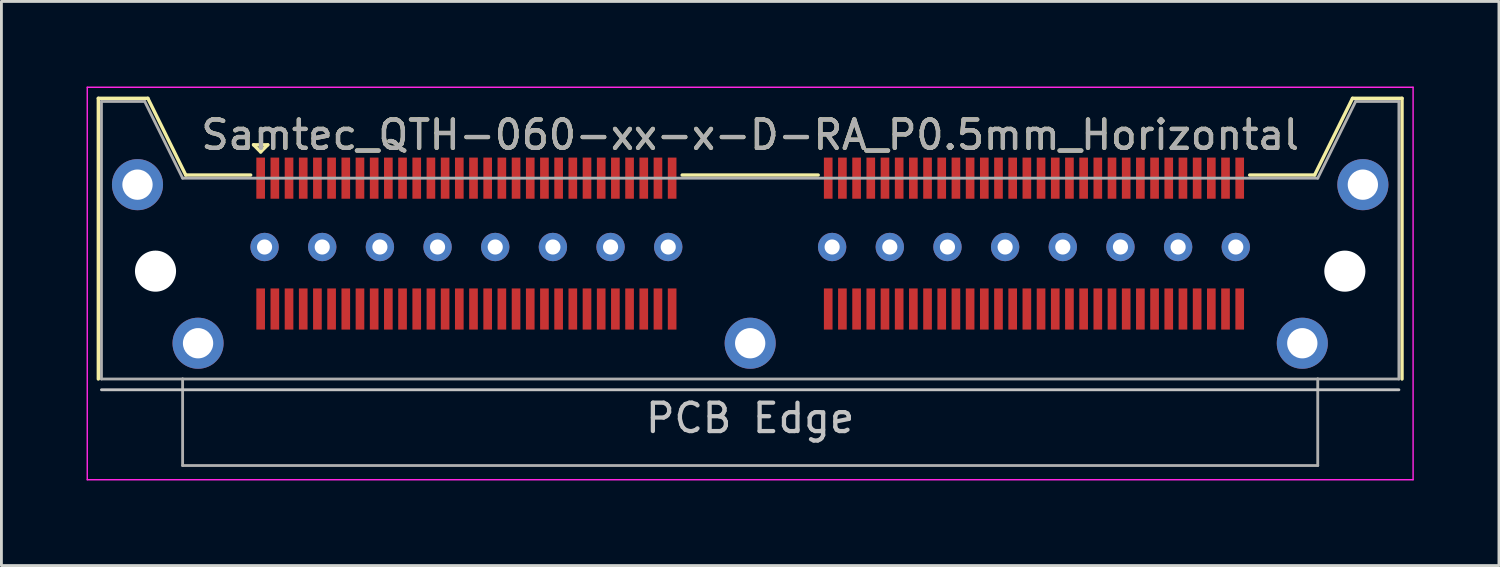
<source format=kicad_pcb>
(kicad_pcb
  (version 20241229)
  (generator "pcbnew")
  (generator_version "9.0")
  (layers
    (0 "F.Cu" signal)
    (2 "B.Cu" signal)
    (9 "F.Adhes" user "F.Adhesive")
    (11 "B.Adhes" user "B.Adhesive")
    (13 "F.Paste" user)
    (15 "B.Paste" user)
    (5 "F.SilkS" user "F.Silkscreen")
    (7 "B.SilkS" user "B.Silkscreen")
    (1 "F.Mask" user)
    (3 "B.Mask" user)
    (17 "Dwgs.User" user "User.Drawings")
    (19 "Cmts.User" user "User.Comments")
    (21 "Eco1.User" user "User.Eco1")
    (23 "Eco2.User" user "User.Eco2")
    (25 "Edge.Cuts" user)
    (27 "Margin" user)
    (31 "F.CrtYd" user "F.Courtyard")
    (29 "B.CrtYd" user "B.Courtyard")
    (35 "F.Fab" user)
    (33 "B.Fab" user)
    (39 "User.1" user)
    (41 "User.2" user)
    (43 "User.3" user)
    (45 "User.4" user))
  (footprint "Samtec_QTH-060-xx-x-D-RA_P0.5mm_Horizontal"
    (layer "F.Cu")
    (at 23.385 6.505)
    (property "Reference" "Samtec_QTH-060-xx-x-D-RA_P0.5mm_Horizontal" (at 0 -4.8 0) (layer "F.SilkS") (effects (font (size 1 1) (thickness 0.15))))
    (attr smd)
    (fp_line (start -22.97 -6.09) (end -22.97 3.8) (stroke (width 0.12) (type solid)) (layer "F.SilkS"))
    (fp_line (start -21.225 -6.09) (end -22.97 -6.09) (stroke (width 0.12) (type solid)) (layer "F.SilkS"))
    (fp_line (start -19.89 -3.387) (end -21.225 -6.09) (stroke (width 0.12) (type solid)) (layer "F.SilkS"))
    (fp_line (start -19.89 -3.387) (end -17.602 -3.387) (stroke (width 0.12) (type solid)) (layer "F.SilkS"))
    (fp_line (start -17.5 -4.452) (end -17 -4.452) (stroke (width 0.12) (type solid)) (layer "F.SilkS"))
    (fp_line (start -17.25 -4.202) (end -17.5 -4.452) (stroke (width 0.12) (type solid)) (layer "F.SilkS"))
    (fp_line (start -17 -4.452) (end -17.25 -4.202) (stroke (width 0.12) (type solid)) (layer "F.SilkS"))
    (fp_line (start -2.397 -3.387) (end 2.397 -3.387) (stroke (width 0.12) (type solid)) (layer "F.SilkS"))
    (fp_line (start 19.89 -3.387) (end 17.602 -3.387) (stroke (width 0.12) (type solid)) (layer "F.SilkS"))
    (fp_line (start 19.89 -3.387) (end 21.225 -6.09) (stroke (width 0.12) (type solid)) (layer "F.SilkS"))
    (fp_line (start 21.225 -6.09) (end 22.97 -6.09) (stroke (width 0.12) (type solid)) (layer "F.SilkS"))
    (fp_line (start 22.97 -6.09) (end 22.97 3.8) (stroke (width 0.12) (type solid)) (layer "F.SilkS"))
    (fp_line (start -22.86 4.18) (end 22.86 4.18) (stroke (width 0.1) (type solid)) (layer "Dwgs.User"))
    (fp_line (start -23.36 -6.48) (end -23.36 7.35) (stroke (width 0.05) (type solid)) (layer "F.CrtYd"))
    (fp_line (start -23.36 7.35) (end 23.36 7.35) (stroke (width 0.05) (type solid)) (layer "F.CrtYd"))
    (fp_line (start 23.36 -6.48) (end -23.36 -6.48) (stroke (width 0.05) (type solid)) (layer "F.CrtYd"))
    (fp_line (start 23.36 7.35) (end 23.36 -6.48) (stroke (width 0.05) (type solid)) (layer "F.CrtYd"))
    (fp_line (start -22.86 -5.98) (end -22.86 3.8) (stroke (width 0.1) (type solid)) (layer "F.Fab"))
    (fp_line (start -22.86 3.8) (end -20 3.8) (stroke (width 0.1) (type solid)) (layer "F.Fab"))
    (fp_line (start -21.335 -5.98) (end -22.86 -5.98) (stroke (width 0.1) (type solid)) (layer "F.Fab"))
    (fp_line (start -20 -3.277) (end -21.335 -5.98) (stroke (width 0.1) (type solid)) (layer "F.Fab"))
    (fp_line (start -20 -3.277) (end 20 -3.277) (stroke (width 0.1) (type solid)) (layer "F.Fab"))
    (fp_line (start -20 3.8) (end -20 6.85) (stroke (width 0.1) (type solid)) (layer "F.Fab"))
    (fp_line (start -20 6.85) (end 20 6.85) (stroke (width 0.1) (type solid)) (layer "F.Fab"))
    (fp_line (start 20 -3.277) (end 21.335 -5.98) (stroke (width 0.1) (type solid)) (layer "F.Fab"))
    (fp_line (start 20 3.8) (end -20 3.8) (stroke (width 0.1) (type solid)) (layer "F.Fab"))
    (fp_line (start 20 6.85) (end 20 3.8) (stroke (width 0.1) (type solid)) (layer "F.Fab"))
    (fp_line (start 21.335 -5.98) (end 22.86 -5.98) (stroke (width 0.1) (type solid)) (layer "F.Fab"))
    (fp_line (start 22.86 -5.98) (end 22.86 3.8) (stroke (width 0.1) (type solid)) (layer "F.Fab"))
    (fp_line (start 22.86 3.8) (end 20 3.8) (stroke (width 0.1) (type solid)) (layer "F.Fab"))
    (fp_text user "PCB Edge" (at 0 5.18 0) (layer "Dwgs.User") (effects (font (size 1 1) (thickness 0.15))))
    (fp_text user "${REFERENCE}" (at 0 -4.8 0) (layer "F.Fab") (effects (font (size 1 1) (thickness 0.15))))
    (pad "" np_thru_hole circle (at -20.955 0) (size 1.448 1.448) (drill 1.448) (layers "*.Cu" "*.Mask"))
    (pad "" np_thru_hole circle (at 20.955 0) (size 1.448 1.448) (drill 1.448) (layers "*.Cu" "*.Mask"))
    (pad "1" smd rect (at -17.25 -3.277) (size 0.305 1.45) (layers "F.Cu" "F.Mask" "F.Paste"))
    (pad "2" smd rect (at -17.25 1.334) (size 0.305 1.45) (layers "F.Cu" "F.Mask" "F.Paste"))
    (pad "3" smd rect (at -16.75 -3.277) (size 0.305 1.45) (layers "F.Cu" "F.Mask" "F.Paste"))
    (pad "4" smd rect (at -16.75 1.334) (size 0.305 1.45) (layers "F.Cu" "F.Mask" "F.Paste"))
    (pad "5" smd rect (at -16.25 -3.277) (size 0.305 1.45) (layers "F.Cu" "F.Mask" "F.Paste"))
    (pad "6" smd rect (at -16.25 1.334) (size 0.305 1.45) (layers "F.Cu" "F.Mask" "F.Paste"))
    (pad "7" smd rect (at -15.75 -3.277) (size 0.305 1.45) (layers "F.Cu" "F.Mask" "F.Paste"))
    (pad "8" smd rect (at -15.75 1.334) (size 0.305 1.45) (layers "F.Cu" "F.Mask" "F.Paste"))
    (pad "9" smd rect (at -15.25 -3.277) (size 0.305 1.45) (layers "F.Cu" "F.Mask" "F.Paste"))
    (pad "10" smd rect (at -15.25 1.334) (size 0.305 1.45) (layers "F.Cu" "F.Mask" "F.Paste"))
    (pad "11" smd rect (at -14.75 -3.277) (size 0.305 1.45) (layers "F.Cu" "F.Mask" "F.Paste"))
    (pad "12" smd rect (at -14.75 1.334) (size 0.305 1.45) (layers "F.Cu" "F.Mask" "F.Paste"))
    (pad "13" smd rect (at -14.25 -3.277) (size 0.305 1.45) (layers "F.Cu" "F.Mask" "F.Paste"))
    (pad "14" smd rect (at -14.25 1.334) (size 0.305 1.45) (layers "F.Cu" "F.Mask" "F.Paste"))
    (pad "15" smd rect (at -13.75 -3.277) (size 0.305 1.45) (layers "F.Cu" "F.Mask" "F.Paste"))
    (pad "16" smd rect (at -13.75 1.334) (size 0.305 1.45) (layers "F.Cu" "F.Mask" "F.Paste"))
    (pad "17" smd rect (at -13.25 -3.277) (size 0.305 1.45) (layers "F.Cu" "F.Mask" "F.Paste"))
    (pad "18" smd rect (at -13.25 1.334) (size 0.305 1.45) (layers "F.Cu" "F.Mask" "F.Paste"))
    (pad "19" smd rect (at -12.75 -3.277) (size 0.305 1.45) (layers "F.Cu" "F.Mask" "F.Paste"))
    (pad "20" smd rect (at -12.75 1.334) (size 0.305 1.45) (layers "F.Cu" "F.Mask" "F.Paste"))
    (pad "21" smd rect (at -12.25 -3.277) (size 0.305 1.45) (layers "F.Cu" "F.Mask" "F.Paste"))
    (pad "22" smd rect (at -12.25 1.334) (size 0.305 1.45) (layers "F.Cu" "F.Mask" "F.Paste"))
    (pad "23" smd rect (at -11.75 -3.277) (size 0.305 1.45) (layers "F.Cu" "F.Mask" "F.Paste"))
    (pad "24" smd rect (at -11.75 1.334) (size 0.305 1.45) (layers "F.Cu" "F.Mask" "F.Paste"))
    (pad "25" smd rect (at -11.25 -3.277) (size 0.305 1.45) (layers "F.Cu" "F.Mask" "F.Paste"))
    (pad "26" smd rect (at -11.25 1.334) (size 0.305 1.45) (layers "F.Cu" "F.Mask" "F.Paste"))
    (pad "27" smd rect (at -10.75 -3.277) (size 0.305 1.45) (layers "F.Cu" "F.Mask" "F.Paste"))
    (pad "28" smd rect (at -10.75 1.334) (size 0.305 1.45) (layers "F.Cu" "F.Mask" "F.Paste"))
    (pad "29" smd rect (at -10.25 -3.277) (size 0.305 1.45) (layers "F.Cu" "F.Mask" "F.Paste"))
    (pad "30" smd rect (at -10.25 1.334) (size 0.305 1.45) (layers "F.Cu" "F.Mask" "F.Paste"))
    (pad "31" smd rect (at -9.75 -3.277) (size 0.305 1.45) (layers "F.Cu" "F.Mask" "F.Paste"))
    (pad "32" smd rect (at -9.75 1.334) (size 0.305 1.45) (layers "F.Cu" "F.Mask" "F.Paste"))
    (pad "33" smd rect (at -9.25 -3.277) (size 0.305 1.45) (layers "F.Cu" "F.Mask" "F.Paste"))
    (pad "34" smd rect (at -9.25 1.334) (size 0.305 1.45) (layers "F.Cu" "F.Mask" "F.Paste"))
    (pad "35" smd rect (at -8.75 -3.277) (size 0.305 1.45) (layers "F.Cu" "F.Mask" "F.Paste"))
    (pad "36" smd rect (at -8.75 1.334) (size 0.305 1.45) (layers "F.Cu" "F.Mask" "F.Paste"))
    (pad "37" smd rect (at -8.25 -3.277) (size 0.305 1.45) (layers "F.Cu" "F.Mask" "F.Paste"))
    (pad "38" smd rect (at -8.25 1.334) (size 0.305 1.45) (layers "F.Cu" "F.Mask" "F.Paste"))
    (pad "39" smd rect (at -7.75 -3.277) (size 0.305 1.45) (layers "F.Cu" "F.Mask" "F.Paste"))
    (pad "40" smd rect (at -7.75 1.334) (size 0.305 1.45) (layers "F.Cu" "F.Mask" "F.Paste"))
    (pad "41" smd rect (at -7.25 -3.277) (size 0.305 1.45) (layers "F.Cu" "F.Mask" "F.Paste"))
    (pad "42" smd rect (at -7.25 1.334) (size 0.305 1.45) (layers "F.Cu" "F.Mask" "F.Paste"))
    (pad "43" smd rect (at -6.75 -3.277) (size 0.305 1.45) (layers "F.Cu" "F.Mask" "F.Paste"))
    (pad "44" smd rect (at -6.75 1.334) (size 0.305 1.45) (layers "F.Cu" "F.Mask" "F.Paste"))
    (pad "45" smd rect (at -6.25 -3.277) (size 0.305 1.45) (layers "F.Cu" "F.Mask" "F.Paste"))
    (pad "46" smd rect (at -6.25 1.334) (size 0.305 1.45) (layers "F.Cu" "F.Mask" "F.Paste"))
    (pad "47" smd rect (at -5.75 -3.277) (size 0.305 1.45) (layers "F.Cu" "F.Mask" "F.Paste"))
    (pad "48" smd rect (at -5.75 1.334) (size 0.305 1.45) (layers "F.Cu" "F.Mask" "F.Paste"))
    (pad "49" smd rect (at -5.25 -3.277) (size 0.305 1.45) (layers "F.Cu" "F.Mask" "F.Paste"))
    (pad "50" smd rect (at -5.25 1.334) (size 0.305 1.45) (layers "F.Cu" "F.Mask" "F.Paste"))
    (pad "51" smd rect (at -4.75 -3.277) (size 0.305 1.45) (layers "F.Cu" "F.Mask" "F.Paste"))
    (pad "52" smd rect (at -4.75 1.334) (size 0.305 1.45) (layers "F.Cu" "F.Mask" "F.Paste"))
    (pad "53" smd rect (at -4.25 -3.277) (size 0.305 1.45) (layers "F.Cu" "F.Mask" "F.Paste"))
    (pad "54" smd rect (at -4.25 1.334) (size 0.305 1.45) (layers "F.Cu" "F.Mask" "F.Paste"))
    (pad "55" smd rect (at -3.75 -3.277) (size 0.305 1.45) (layers "F.Cu" "F.Mask" "F.Paste"))
    (pad "56" smd rect (at -3.75 1.334) (size 0.305 1.45) (layers "F.Cu" "F.Mask" "F.Paste"))
    (pad "57" smd rect (at -3.25 -3.277) (size 0.305 1.45) (layers "F.Cu" "F.Mask" "F.Paste"))
    (pad "58" smd rect (at -3.25 1.334) (size 0.305 1.45) (layers "F.Cu" "F.Mask" "F.Paste"))
    (pad "59" smd rect (at -2.75 -3.277) (size 0.305 1.45) (layers "F.Cu" "F.Mask" "F.Paste"))
    (pad "60" smd rect (at -2.75 1.334) (size 0.305 1.45) (layers "F.Cu" "F.Mask" "F.Paste"))
    (pad "61" smd rect (at 2.75 -3.277) (size 0.305 1.45) (layers "F.Cu" "F.Mask" "F.Paste"))
    (pad "62" smd rect (at 2.75 1.334) (size 0.305 1.45) (layers "F.Cu" "F.Mask" "F.Paste"))
    (pad "63" smd rect (at 3.25 -3.277) (size 0.305 1.45) (layers "F.Cu" "F.Mask" "F.Paste"))
    (pad "64" smd rect (at 3.25 1.334) (size 0.305 1.45) (layers "F.Cu" "F.Mask" "F.Paste"))
    (pad "65" smd rect (at 3.75 -3.277) (size 0.305 1.45) (layers "F.Cu" "F.Mask" "F.Paste"))
    (pad "66" smd rect (at 3.75 1.334) (size 0.305 1.45) (layers "F.Cu" "F.Mask" "F.Paste"))
    (pad "67" smd rect (at 4.25 -3.277) (size 0.305 1.45) (layers "F.Cu" "F.Mask" "F.Paste"))
    (pad "68" smd rect (at 4.25 1.334) (size 0.305 1.45) (layers "F.Cu" "F.Mask" "F.Paste"))
    (pad "69" smd rect (at 4.75 -3.277) (size 0.305 1.45) (layers "F.Cu" "F.Mask" "F.Paste"))
    (pad "70" smd rect (at 4.75 1.334) (size 0.305 1.45) (layers "F.Cu" "F.Mask" "F.Paste"))
    (pad "71" smd rect (at 5.25 -3.277) (size 0.305 1.45) (layers "F.Cu" "F.Mask" "F.Paste"))
    (pad "72" smd rect (at 5.25 1.334) (size 0.305 1.45) (layers "F.Cu" "F.Mask" "F.Paste"))
    (pad "73" smd rect (at 5.75 -3.277) (size 0.305 1.45) (layers "F.Cu" "F.Mask" "F.Paste"))
    (pad "74" smd rect (at 5.75 1.334) (size 0.305 1.45) (layers "F.Cu" "F.Mask" "F.Paste"))
    (pad "75" smd rect (at 6.25 -3.277) (size 0.305 1.45) (layers "F.Cu" "F.Mask" "F.Paste"))
    (pad "76" smd rect (at 6.25 1.334) (size 0.305 1.45) (layers "F.Cu" "F.Mask" "F.Paste"))
    (pad "77" smd rect (at 6.75 -3.277) (size 0.305 1.45) (layers "F.Cu" "F.Mask" "F.Paste"))
    (pad "78" smd rect (at 6.75 1.334) (size 0.305 1.45) (layers "F.Cu" "F.Mask" "F.Paste"))
    (pad "79" smd rect (at 7.25 -3.277) (size 0.305 1.45) (layers "F.Cu" "F.Mask" "F.Paste"))
    (pad "80" smd rect (at 7.25 1.334) (size 0.305 1.45) (layers "F.Cu" "F.Mask" "F.Paste"))
    (pad "81" smd rect (at 7.75 -3.277) (size 0.305 1.45) (layers "F.Cu" "F.Mask" "F.Paste"))
    (pad "82" smd rect (at 7.75 1.334) (size 0.305 1.45) (layers "F.Cu" "F.Mask" "F.Paste"))
    (pad "83" smd rect (at 8.25 -3.277) (size 0.305 1.45) (layers "F.Cu" "F.Mask" "F.Paste"))
    (pad "84" smd rect (at 8.25 1.334) (size 0.305 1.45) (layers "F.Cu" "F.Mask" "F.Paste"))
    (pad "85" smd rect (at 8.75 -3.277) (size 0.305 1.45) (layers "F.Cu" "F.Mask" "F.Paste"))
    (pad "86" smd rect (at 8.75 1.334) (size 0.305 1.45) (layers "F.Cu" "F.Mask" "F.Paste"))
    (pad "87" smd rect (at 9.25 -3.277) (size 0.305 1.45) (layers "F.Cu" "F.Mask" "F.Paste"))
    (pad "88" smd rect (at 9.25 1.334) (size 0.305 1.45) (layers "F.Cu" "F.Mask" "F.Paste"))
    (pad "89" smd rect (at 9.75 -3.277) (size 0.305 1.45) (layers "F.Cu" "F.Mask" "F.Paste"))
    (pad "90" smd rect (at 9.75 1.334) (size 0.305 1.45) (layers "F.Cu" "F.Mask" "F.Paste"))
    (pad "91" smd rect (at 10.25 -3.277) (size 0.305 1.45) (layers "F.Cu" "F.Mask" "F.Paste"))
    (pad "92" smd rect (at 10.25 1.334) (size 0.305 1.45) (layers "F.Cu" "F.Mask" "F.Paste"))
    (pad "93" smd rect (at 10.75 -3.277) (size 0.305 1.45) (layers "F.Cu" "F.Mask" "F.Paste"))
    (pad "94" smd rect (at 10.75 1.334) (size 0.305 1.45) (layers "F.Cu" "F.Mask" "F.Paste"))
    (pad "95" smd rect (at 11.25 -3.277) (size 0.305 1.45) (layers "F.Cu" "F.Mask" "F.Paste"))
    (pad "96" smd rect (at 11.25 1.334) (size 0.305 1.45) (layers "F.Cu" "F.Mask" "F.Paste"))
    (pad "97" smd rect (at 11.75 -3.277) (size 0.305 1.45) (layers "F.Cu" "F.Mask" "F.Paste"))
    (pad "98" smd rect (at 11.75 1.334) (size 0.305 1.45) (layers "F.Cu" "F.Mask" "F.Paste"))
    (pad "99" smd rect (at 12.25 -3.277) (size 0.305 1.45) (layers "F.Cu" "F.Mask" "F.Paste"))
    (pad "100" smd rect (at 12.25 1.334) (size 0.305 1.45) (layers "F.Cu" "F.Mask" "F.Paste"))
    (pad "101" smd rect (at 12.75 -3.277) (size 0.305 1.45) (layers "F.Cu" "F.Mask" "F.Paste"))
    (pad "102" smd rect (at 12.75 1.334) (size 0.305 1.45) (layers "F.Cu" "F.Mask" "F.Paste"))
    (pad "103" smd rect (at 13.25 -3.277) (size 0.305 1.45) (layers "F.Cu" "F.Mask" "F.Paste"))
    (pad "104" smd rect (at 13.25 1.334) (size 0.305 1.45) (layers "F.Cu" "F.Mask" "F.Paste"))
    (pad "105" smd rect (at 13.75 -3.277) (size 0.305 1.45) (layers "F.Cu" "F.Mask" "F.Paste"))
    (pad "106" smd rect (at 13.75 1.334) (size 0.305 1.45) (layers "F.Cu" "F.Mask" "F.Paste"))
    (pad "107" smd rect (at 14.25 -3.277) (size 0.305 1.45) (layers "F.Cu" "F.Mask" "F.Paste"))
    (pad "108" smd rect (at 14.25 1.334) (size 0.305 1.45) (layers "F.Cu" "F.Mask" "F.Paste"))
    (pad "109" smd rect (at 14.75 -3.277) (size 0.305 1.45) (layers "F.Cu" "F.Mask" "F.Paste"))
    (pad "110" smd rect (at 14.75 1.334) (size 0.305 1.45) (layers "F.Cu" "F.Mask" "F.Paste"))
    (pad "111" smd rect (at 15.25 -3.277) (size 0.305 1.45) (layers "F.Cu" "F.Mask" "F.Paste"))
    (pad "112" smd rect (at 15.25 1.334) (size 0.305 1.45) (layers "F.Cu" "F.Mask" "F.Paste"))
    (pad "113" smd rect (at 15.75 -3.277) (size 0.305 1.45) (layers "F.Cu" "F.Mask" "F.Paste"))
    (pad "114" smd rect (at 15.75 1.334) (size 0.305 1.45) (layers "F.Cu" "F.Mask" "F.Paste"))
    (pad "115" smd rect (at 16.25 -3.277) (size 0.305 1.45) (layers "F.Cu" "F.Mask" "F.Paste"))
    (pad "116" smd rect (at 16.25 1.334) (size 0.305 1.45) (layers "F.Cu" "F.Mask" "F.Paste"))
    (pad "117" smd rect (at 16.75 -3.277) (size 0.305 1.45) (layers "F.Cu" "F.Mask" "F.Paste"))
    (pad "118" smd rect (at 16.75 1.334) (size 0.305 1.45) (layers "F.Cu" "F.Mask" "F.Paste"))
    (pad "119" smd rect (at 17.25 -3.277) (size 0.305 1.45) (layers "F.Cu" "F.Mask" "F.Paste"))
    (pad "120" smd rect (at 17.25 1.334) (size 0.305 1.45) (layers "F.Cu" "F.Mask" "F.Paste"))
    (pad "MP" thru_hole circle (at -21.59 -3.048) (size 1.8 1.8) (drill 1.067) (layers "*.Cu" "*.Mask"))
    (pad "MP" thru_hole circle (at -19.456 2.54) (size 1.8 1.8) (drill 1.067) (layers "*.Cu" "*.Mask"))
    (pad "MP" thru_hole circle (at 0 2.54) (size 1.8 1.8) (drill 1.067) (layers "*.Cu" "*.Mask"))
    (pad "MP" thru_hole circle (at 19.456 2.54) (size 1.8 1.8) (drill 1.067) (layers "*.Cu" "*.Mask"))
    (pad "MP" thru_hole circle (at 21.59 -3.048) (size 1.8 1.8) (drill 1.067) (layers "*.Cu" "*.Mask"))
    (pad "P1" thru_hole circle (at -17.112 -0.851) (size 1 1) (drill 0.533) (layers "*.Cu" "*.Mask"))
    (pad "P1" thru_hole circle (at -15.08 -0.851) (size 1 1) (drill 0.533) (layers "*.Cu" "*.Mask"))
    (pad "P1" thru_hole circle (at -13.048 -0.851) (size 1 1) (drill 0.533) (layers "*.Cu" "*.Mask"))
    (pad "P1" thru_hole circle (at -11.016 -0.851) (size 1 1) (drill 0.533) (layers "*.Cu" "*.Mask"))
    (pad "P1" thru_hole circle (at -8.984 -0.851) (size 1 1) (drill 0.533) (layers "*.Cu" "*.Mask"))
    (pad "P1" thru_hole circle (at -6.952 -0.851) (size 1 1) (drill 0.533) (layers "*.Cu" "*.Mask"))
    (pad "P1" thru_hole circle (at -4.92 -0.851) (size 1 1) (drill 0.533) (layers "*.Cu" "*.Mask"))
    (pad "P1" thru_hole circle (at -2.888 -0.851) (size 1 1) (drill 0.533) (layers "*.Cu" "*.Mask"))
    (pad "P2" thru_hole circle (at 2.888 -0.851) (size 1 1) (drill 0.533) (layers "*.Cu" "*.Mask"))
    (pad "P2" thru_hole circle (at 4.92 -0.851) (size 1 1) (drill 0.533) (layers "*.Cu" "*.Mask"))
    (pad "P2" thru_hole circle (at 6.952 -0.851) (size 1 1) (drill 0.533) (layers "*.Cu" "*.Mask"))
    (pad "P2" thru_hole circle (at 8.984 -0.851) (size 1 1) (drill 0.533) (layers "*.Cu" "*.Mask"))
    (pad "P2" thru_hole circle (at 11.016 -0.851) (size 1 1) (drill 0.533) (layers "*.Cu" "*.Mask"))
    (pad "P2" thru_hole circle (at 13.048 -0.851) (size 1 1) (drill 0.533) (layers "*.Cu" "*.Mask"))
    (pad "P2" thru_hole circle (at 15.08 -0.851) (size 1 1) (drill 0.533) (layers "*.Cu" "*.Mask"))
    (pad "P2" thru_hole circle (at 17.112 -0.851) (size 1 1) (drill 0.533) (layers "*.Cu" "*.Mask")))
  (gr_rect
    (start -3 -3)
    (end 49.77 16.88)
    (stroke (width 0.1) (type default))
    (fill no)
    (layer "Edge.Cuts")))
</source>
